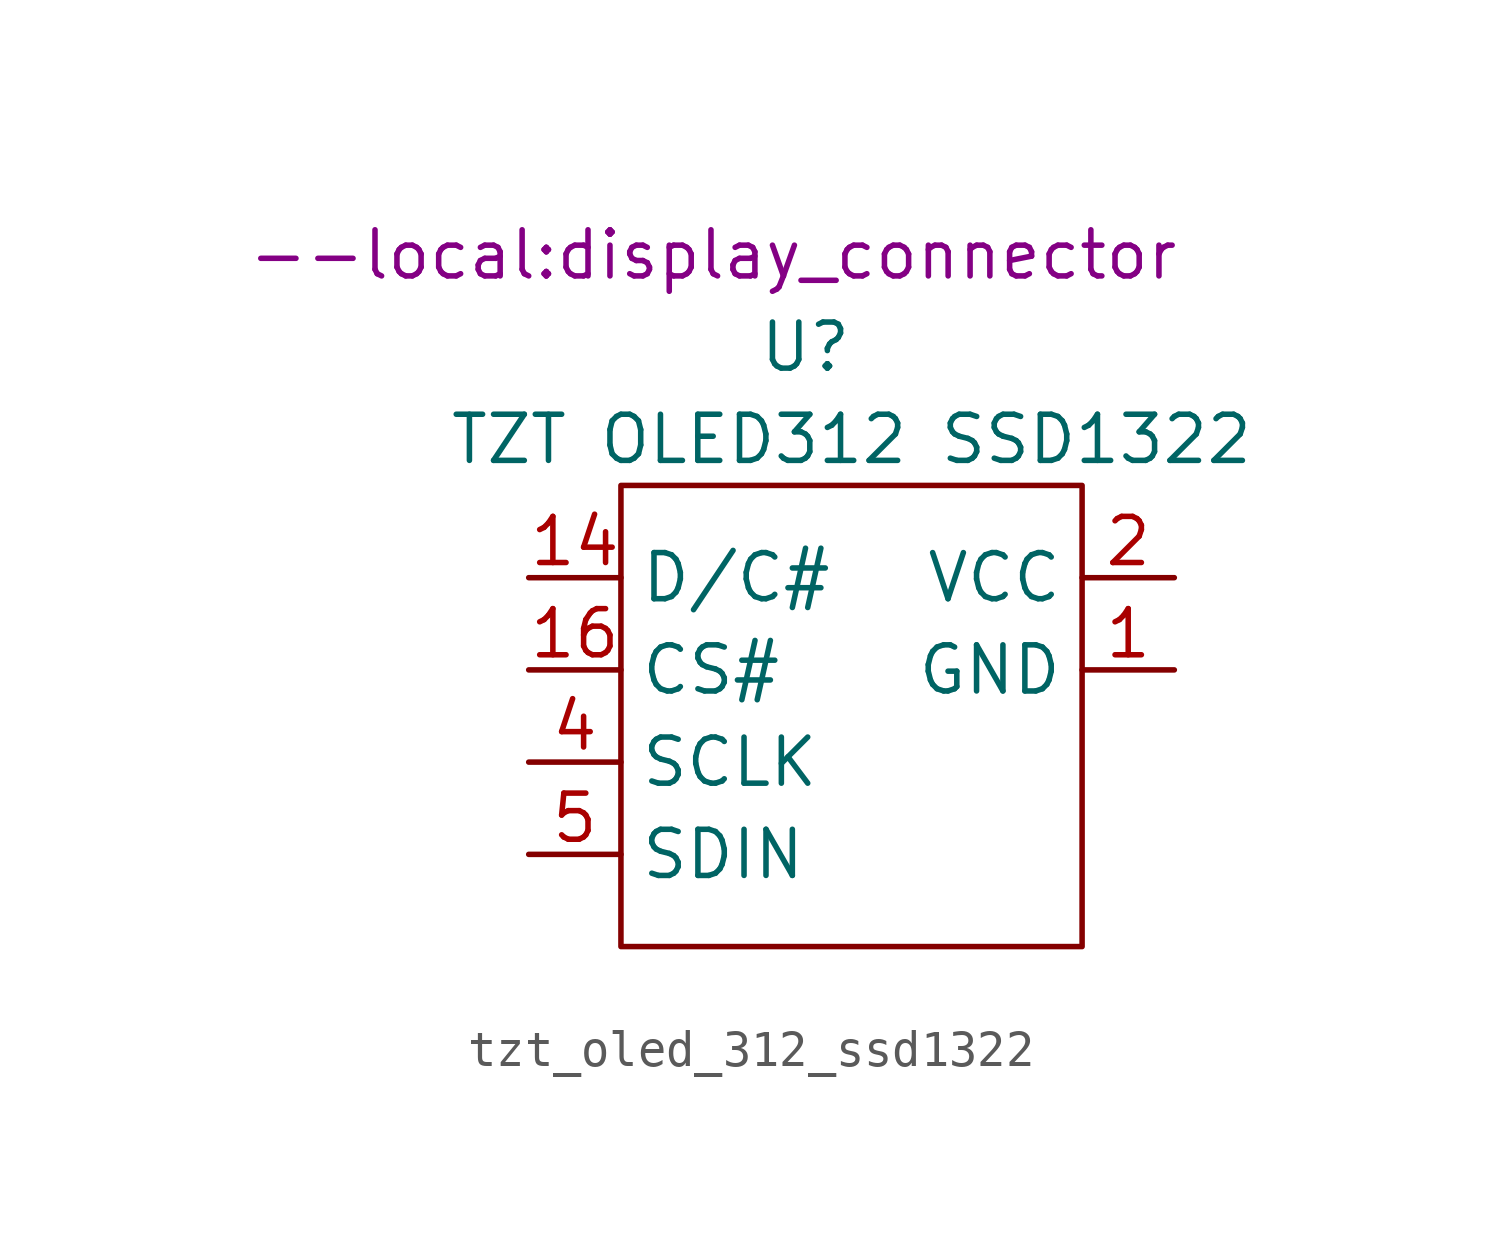
<source format=kicad_sym>
(kicad_symbol_lib
  (version 20220914)
  (generator kicad_symbol_editor)
  (symbol "tzt_oled_312_ssd1322"
    (property "Reference" "U"
      (at 5.08 3.81 0)
      (effects (font (size 1.27 1.27))))
    (property "Value" "TZT OLED312 SSD1322"
      (at 6.35 1.27 0)
      (effects (font (size 1.27 1.27))))
    (property "Footprint" "--local:display_connector"
      (at 2.54 6.35 0)
      (effects (font (size 1.27 1.27))))
    (symbol "tzt_oled_312_ssd1322_0_1"
      (rectangle (start 0 0) (end 12.7 -12.7) (stroke (width 0) (type default)) (fill (type none))))
    (symbol "tzt_oled_312_ssd1322_1_1"
      (pin input line (at 15.24 -5.08 180) (length 2.54) (name "GND" (effects (font (size 1.27 1.27)))) (number "1" (effects (font (size 1.27 1.27)))))
      (pin input line (at -2.54 -2.54 0) (length 2.54) (name "D/C#" (effects (font (size 1.27 1.27)))) (number "14" (effects (font (size 1.27 1.27)))))
      (pin input line (at -2.54 -5.08 0) (length 2.54) (name "CS#" (effects (font (size 1.27 1.27)))) (number "16" (effects (font (size 1.27 1.27)))))
      (pin input line (at 15.24 -2.54 180) (length 2.54) (name "VCC" (effects (font (size 1.27 1.27)))) (number "2" (effects (font (size 1.27 1.27)))))
      (pin input line (at -2.54 -7.62 0) (length 2.54) (name "SCLK" (effects (font (size 1.27 1.27)))) (number "4" (effects (font (size 1.27 1.27)))))
      (pin input line (at -2.54 -10.16 0) (length 2.54) (name "SDIN" (effects (font (size 1.27 1.27)))) (number "5" (effects (font (size 1.27 1.27))))))))
</source>
